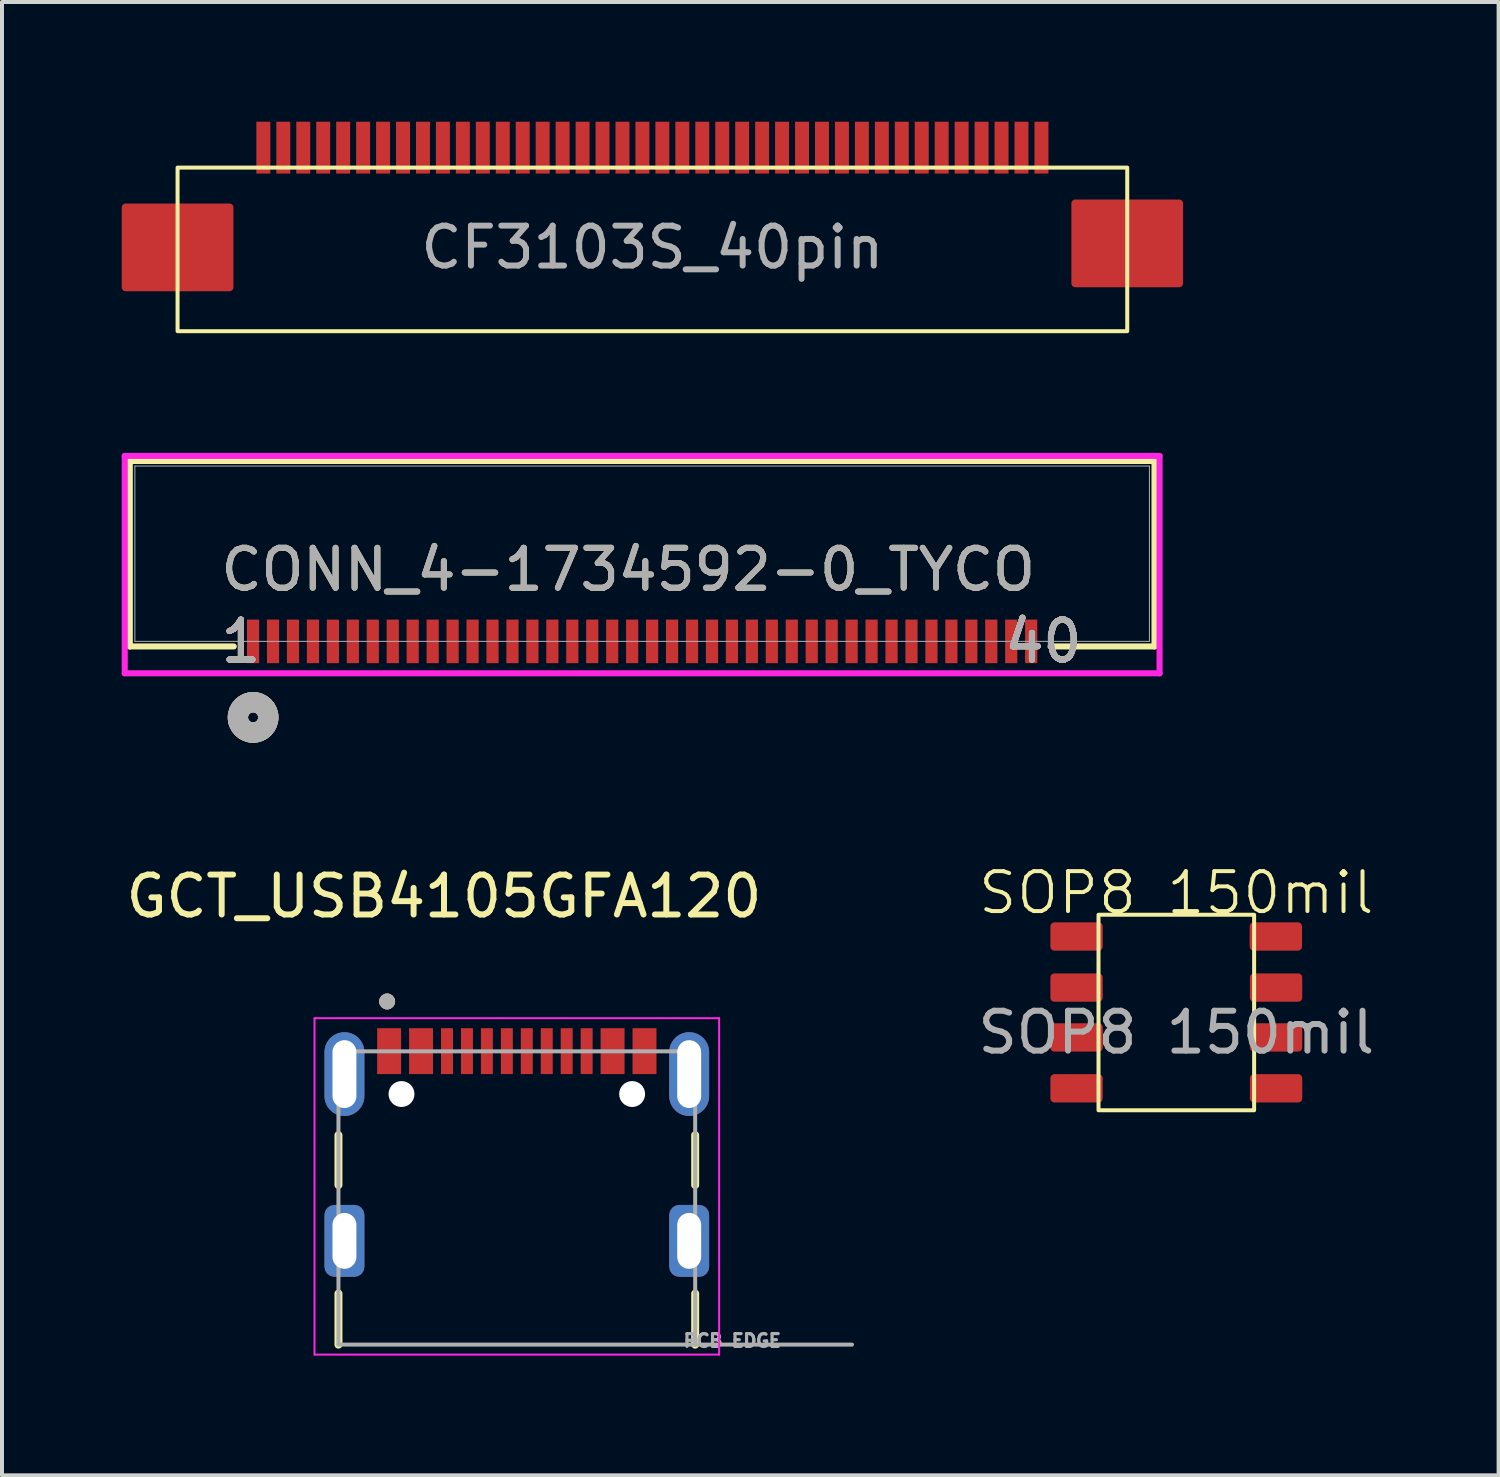
<source format=kicad_pcb>
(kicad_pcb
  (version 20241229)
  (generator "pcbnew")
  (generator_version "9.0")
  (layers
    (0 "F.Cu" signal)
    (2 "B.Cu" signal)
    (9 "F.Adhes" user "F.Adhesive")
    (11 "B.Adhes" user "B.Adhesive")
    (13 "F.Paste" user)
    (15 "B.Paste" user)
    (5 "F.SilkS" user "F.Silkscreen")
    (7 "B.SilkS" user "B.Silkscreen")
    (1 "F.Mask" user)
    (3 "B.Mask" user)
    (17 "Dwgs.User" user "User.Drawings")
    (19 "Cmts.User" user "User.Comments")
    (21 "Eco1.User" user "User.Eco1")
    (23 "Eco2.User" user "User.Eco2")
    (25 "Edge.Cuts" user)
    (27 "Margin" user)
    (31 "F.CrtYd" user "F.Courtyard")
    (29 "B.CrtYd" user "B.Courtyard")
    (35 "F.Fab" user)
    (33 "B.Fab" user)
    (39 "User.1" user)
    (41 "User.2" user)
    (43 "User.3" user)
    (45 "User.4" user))
  (footprint "SOP8 150mil"
    (layer "F.Cu")
    (at 26.43 22.325)
    (property "Reference" "SOP8 150mil" (at 0 -3 0) (unlocked yes) (layer "F.SilkS") (effects (font (size 1 1) (thickness 0.1))))
    (attr smd)
    (fp_rect (start -1.95 2.45) (end 1.95 -2.45) (stroke (width 0.1) (type default)) (fill no) (layer "F.SilkS"))
    (fp_text user "${REFERENCE}" (at 0 0.5 0) (unlocked yes) (layer "F.Fab") (effects (font (size 1 1) (thickness 0.15))))
    (pad "1" smd roundrect (at -2.5 -1.905) (size 1.312 0.71) (layers "F.Cu" "F.Mask" "F.Paste") (roundrect_rratio 0.141))
    (pad "2" smd roundrect (at -2.5 -0.625) (size 1.312 0.71) (layers "F.Cu" "F.Mask" "F.Paste") (roundrect_rratio 0.141))
    (pad "3" smd roundrect (at -2.5 0.625) (size 1.312 0.71) (layers "F.Cu" "F.Mask" "F.Paste") (roundrect_rratio 0.141))
    (pad "4" smd roundrect (at -2.5 1.9) (size 1.312 0.71) (layers "F.Cu" "F.Mask" "F.Paste") (roundrect_rratio 0.141))
    (pad "5" smd roundrect (at 2.5 1.9) (size 1.312 0.71) (layers "F.Cu" "F.Mask" "F.Paste") (roundrect_rratio 0.141))
    (pad "6" smd roundrect (at 2.5 0.625) (size 1.312 0.71) (layers "F.Cu" "F.Mask" "F.Paste") (roundrect_rratio 0.141))
    (pad "7" smd roundrect (at 2.5 -0.625) (size 1.312 0.71) (layers "F.Cu" "F.Mask" "F.Paste") (roundrect_rratio 0.141))
    (pad "8" smd roundrect (at 2.494 -1.905) (size 1.312 0.71) (layers "F.Cu" "F.Mask" "F.Paste") (roundrect_rratio 0.141)))
  (footprint "GCT_USB4105GFA120"
    (layer "F.Cu")
    (at 9.902 28.048)
    (property "Reference" "GCT_USB4105GFA120" (at -1.825 -8.635 0) (layer "F.SilkS") (effects (font (size 1 1) (thickness 0.15))))
    (attr smd)
    (fp_line (start -4.47 -2.65) (end -4.47 -1.4) (stroke (width 0.2) (type solid)) (layer "F.SilkS"))
    (fp_line (start -4.47 1.32) (end -4.47 2.6) (stroke (width 0.2) (type solid)) (layer "F.SilkS"))
    (fp_line (start 4.47 -2.65) (end 4.47 -1.4) (stroke (width 0.2) (type solid)) (layer "F.SilkS"))
    (fp_line (start 4.47 2.6) (end 4.47 1.32) (stroke (width 0.2) (type solid)) (layer "F.SilkS"))
    (fp_circle (center -3.25 -6) (end -3.15 -6) (stroke (width 0.2) (type solid)) (fill no) (layer "F.SilkS"))
    (fp_line (start -5.07 -5.58) (end -5.07 2.85) (stroke (width 0.05) (type solid)) (layer "F.CrtYd"))
    (fp_line (start -5.07 2.85) (end 5.07 2.85) (stroke (width 0.05) (type solid)) (layer "F.CrtYd"))
    (fp_line (start 5.07 -5.58) (end -5.07 -5.58) (stroke (width 0.05) (type solid)) (layer "F.CrtYd"))
    (fp_line (start 5.07 2.85) (end 5.07 -5.58) (stroke (width 0.05) (type solid)) (layer "F.CrtYd"))
    (fp_line (start -4.47 -4.75) (end 4.47 -4.75) (stroke (width 0.1) (type solid)) (layer "F.Fab"))
    (fp_line (start -4.47 2.6) (end -4.47 -4.75) (stroke (width 0.1) (type solid)) (layer "F.Fab"))
    (fp_line (start 4.47 -4.75) (end 4.47 2.6) (stroke (width 0.1) (type solid)) (layer "F.Fab"))
    (fp_line (start 4.47 2.6) (end -4.47 2.6) (stroke (width 0.1) (type solid)) (layer "F.Fab"))
    (fp_line (start 4.47 2.6) (end 8.4 2.6) (stroke (width 0.1) (type solid)) (layer "F.Fab"))
    (fp_circle (center -3.25 -6) (end -3.15 -6) (stroke (width 0.2) (type solid)) (fill no) (layer "F.Fab"))
    (fp_text user "PCB EDGE" (at 5.4 2.5 0) (layer "F.Fab") (effects (font (size 0.32 0.32) (thickness 0.08))))
    (pad "" np_thru_hole circle (at -2.89 -3.68) (size 0.65 0.65) (drill 0.65) (layers "*.Cu" "*.Mask"))
    (pad "" np_thru_hole circle (at 2.89 -3.68) (size 0.65 0.65) (drill 0.65) (layers "*.Cu" "*.Mask"))
    (pad "A1_B12" smd rect (at -3.2 -4.755) (size 0.6 1.15) (layers "F.Cu" "F.Mask" "F.Paste"))
    (pad "A4_B9" smd rect (at -2.4 -4.755) (size 0.6 1.15) (layers "F.Cu" "F.Mask" "F.Paste"))
    (pad "A5" smd rect (at -1.25 -4.755) (size 0.3 1.15) (layers "F.Cu" "F.Mask" "F.Paste"))
    (pad "A6" smd rect (at -0.25 -4.755) (size 0.3 1.15) (layers "F.Cu" "F.Mask" "F.Paste"))
    (pad "A7" smd rect (at 0.25 -4.755) (size 0.3 1.15) (layers "F.Cu" "F.Mask" "F.Paste"))
    (pad "A8" smd rect (at 1.25 -4.755) (size 0.3 1.15) (layers "F.Cu" "F.Mask" "F.Paste"))
    (pad "B1_A12" smd rect (at 3.2 -4.755) (size 0.6 1.15) (layers "F.Cu" "F.Mask" "F.Paste"))
    (pad "B4_A9" smd rect (at 2.4 -4.755) (size 0.6 1.15) (layers "F.Cu" "F.Mask" "F.Paste"))
    (pad "B5" smd rect (at 1.75 -4.755) (size 0.3 1.15) (layers "F.Cu" "F.Mask" "F.Paste"))
    (pad "B6" smd rect (at 0.75 -4.755) (size 0.3 1.15) (layers "F.Cu" "F.Mask" "F.Paste"))
    (pad "B7" smd rect (at -0.75 -4.755) (size 0.3 1.15) (layers "F.Cu" "F.Mask" "F.Paste"))
    (pad "B8" smd rect (at -1.75 -4.755) (size 0.3 1.15) (layers "F.Cu" "F.Mask" "F.Paste"))
    (pad "SH1" thru_hole oval (at -4.32 -4.18) (size 1 2.1) (drill oval 0.6 1.7) (layers "*.Cu" "*.Mask"))
    (pad "SH2" thru_hole oval (at 4.32 -4.18) (size 1 2.1) (drill oval 0.6 1.7) (layers "*.Cu" "*.Mask"))
    (pad "SH3" thru_hole roundrect (at -4.32 0) (size 1 1.8) (drill oval 0.6 1.4) (layers "*.Cu" "*.Mask") (roundrect_rratio 0.25))
    (pad "SH4" thru_hole roundrect (at 4.32 0) (size 1 1.8) (drill oval 0.6 1.4) (layers "*.Cu" "*.Mask") (roundrect_rratio 0.25)))
  (footprint "CONN_4-1734592-0_TYCO"
    (layer "F.Cu")
    (at 12.693 11.224)
    (property "Reference" "CONN_4-1734592-0_TYCO" (at 0 0 0) (unlocked yes) (layer "F.SilkS") (effects (font (size 1 1) (thickness 0.15))))
    (attr smd)
    (fp_line (start -12.49 -2.721) (end -12.49 1.927) (stroke (width 0.152) (type solid)) (layer "F.SilkS"))
    (fp_line (start -12.49 1.927) (end -9.885 1.927) (stroke (width 0.152) (type solid)) (layer "F.SilkS"))
    (fp_line (start 10.585 1.927) (end 13.19 1.927) (stroke (width 0.152) (type solid)) (layer "F.SilkS"))
    (fp_line (start 13.19 -2.721) (end -12.49 -2.721) (stroke (width 0.152) (type solid)) (layer "F.SilkS"))
    (fp_line (start 13.19 1.927) (end 13.19 -2.721) (stroke (width 0.152) (type solid)) (layer "F.SilkS"))
    (fp_circle (center -9.4 3.705) (end -9.019 3.705) (stroke (width 0.508) (type solid)) (fill no) (layer "F.SilkS"))
    (fp_circle (center -9.4 3.705) (end -9.019 3.705) (stroke (width 0.508) (type solid)) (fill no) (layer "B.SilkS"))
    (fp_line (start -12.617 -2.848) (end -12.617 2.6) (stroke (width 0.152) (type solid)) (layer "F.CrtYd"))
    (fp_line (start -12.617 2.6) (end 13.317 2.6) (stroke (width 0.152) (type solid)) (layer "F.CrtYd"))
    (fp_line (start 13.317 -2.848) (end -12.617 -2.848) (stroke (width 0.152) (type solid)) (layer "F.CrtYd"))
    (fp_line (start 13.317 2.6) (end 13.317 -2.848) (stroke (width 0.152) (type solid)) (layer "F.CrtYd"))
    (fp_line (start -12.363 -2.594) (end -12.363 1.8) (stroke (width 0.025) (type solid)) (layer "F.Fab"))
    (fp_line (start -12.363 1.8) (end 13.063 1.8) (stroke (width 0.025) (type solid)) (layer "F.Fab"))
    (fp_line (start 13.063 -2.594) (end -12.363 -2.594) (stroke (width 0.025) (type solid)) (layer "F.Fab"))
    (fp_line (start 13.063 1.8) (end 13.063 -2.594) (stroke (width 0.025) (type solid)) (layer "F.Fab"))
    (fp_circle (center -9.4 3.705) (end -9.019 3.705) (stroke (width 0.508) (type solid)) (fill no) (layer "F.Fab"))
    (fp_text user "1" (at -9.705 1.8 0) (unlocked yes) (layer "F.SilkS") (effects (font (size 1 1) (thickness 0.15))))
    (fp_text user "40" (at 10.405 1.8 0) (unlocked yes) (layer "F.SilkS") (effects (font (size 1 1) (thickness 0.15))))
    (fp_text user "40" (at 10.405 1.8 0) (unlocked yes) (layer "F.SilkS") (effects (font (size 1 1) (thickness 0.15))))
    (fp_text user "1" (at -9.705 1.8 0) (unlocked yes) (layer "F.SilkS") (effects (font (size 1 1) (thickness 0.15))))
    (fp_text user "1" (at -9.705 1.8 0) (unlocked yes) (layer "B.SilkS") (effects (font (size 1 1) (thickness 0.15))))
    (fp_text user "40" (at 10.405 1.8 0) (unlocked yes) (layer "B.SilkS") (effects (font (size 1 1) (thickness 0.15))))
    (fp_text user "40" (at 10.405 1.8 0) (unlocked yes) (layer "B.SilkS") (effects (font (size 1 1) (thickness 0.15))))
    (fp_text user "1" (at -9.705 1.8 0) (unlocked yes) (layer "B.SilkS") (effects (font (size 1 1) (thickness 0.15))))
    (fp_text user "40" (at 10.405 1.8 0) (unlocked yes) (layer "F.Fab") (effects (font (size 1 1) (thickness 0.15))))
    (fp_text user "${REFERENCE}" (at 0 0 0) (unlocked yes) (layer "F.Fab") (effects (font (size 1 1) (thickness 0.15))))
    (fp_text user "1" (at -9.705 1.8 0) (unlocked yes) (layer "F.Fab") (effects (font (size 1 1) (thickness 0.15))))
    (fp_text user "40" (at 10.405 1.8 0) (unlocked yes) (layer "F.Fab") (effects (font (size 1 1) (thickness 0.15))))
    (fp_text user "1" (at -9.705 1.8 0) (unlocked yes) (layer "F.Fab") (effects (font (size 1 1) (thickness 0.15))))
    (pad "1" smd rect (at -9.4 1.8) (size 0.305 1.092) (layers "F.Cu" "F.Mask" "F.Paste"))
    (pad "2" smd rect (at -8.9 1.8) (size 0.305 1.092) (layers "F.Cu" "F.Mask" "F.Paste"))
    (pad "3" smd rect (at -8.4 1.8) (size 0.305 1.092) (layers "F.Cu" "F.Mask" "F.Paste"))
    (pad "4" smd rect (at -7.9 1.8) (size 0.305 1.092) (layers "F.Cu" "F.Mask" "F.Paste"))
    (pad "5" smd rect (at -7.4 1.8) (size 0.305 1.092) (layers "F.Cu" "F.Mask" "F.Paste"))
    (pad "6" smd rect (at -6.9 1.8) (size 0.305 1.092) (layers "F.Cu" "F.Mask" "F.Paste"))
    (pad "7" smd rect (at -6.4 1.8) (size 0.305 1.092) (layers "F.Cu" "F.Mask" "F.Paste"))
    (pad "8" smd rect (at -5.9 1.8) (size 0.305 1.092) (layers "F.Cu" "F.Mask" "F.Paste"))
    (pad "9" smd rect (at -5.4 1.8) (size 0.305 1.092) (layers "F.Cu" "F.Mask" "F.Paste"))
    (pad "10" smd rect (at -4.9 1.8) (size 0.305 1.092) (layers "F.Cu" "F.Mask" "F.Paste"))
    (pad "11" smd rect (at -4.4 1.8) (size 0.305 1.092) (layers "F.Cu" "F.Mask" "F.Paste"))
    (pad "12" smd rect (at -3.9 1.8) (size 0.305 1.092) (layers "F.Cu" "F.Mask" "F.Paste"))
    (pad "13" smd rect (at -3.4 1.8) (size 0.305 1.092) (layers "F.Cu" "F.Mask" "F.Paste"))
    (pad "14" smd rect (at -2.9 1.8) (size 0.305 1.092) (layers "F.Cu" "F.Mask" "F.Paste"))
    (pad "15" smd rect (at -2.4 1.8) (size 0.305 1.092) (layers "F.Cu" "F.Mask" "F.Paste"))
    (pad "16" smd rect (at -1.9 1.8) (size 0.305 1.092) (layers "F.Cu" "F.Mask" "F.Paste"))
    (pad "17" smd rect (at -1.4 1.8) (size 0.305 1.092) (layers "F.Cu" "F.Mask" "F.Paste"))
    (pad "18" smd rect (at -0.9 1.8) (size 0.305 1.092) (layers "F.Cu" "F.Mask" "F.Paste"))
    (pad "19" smd rect (at -0.4 1.8) (size 0.305 1.092) (layers "F.Cu" "F.Mask" "F.Paste"))
    (pad "20" smd rect (at 0.1 1.8) (size 0.305 1.092) (layers "F.Cu" "F.Mask" "F.Paste"))
    (pad "21" smd rect (at 0.6 1.8) (size 0.305 1.092) (layers "F.Cu" "F.Mask" "F.Paste"))
    (pad "22" smd rect (at 1.1 1.8) (size 0.305 1.092) (layers "F.Cu" "F.Mask" "F.Paste"))
    (pad "23" smd rect (at 1.6 1.8) (size 0.305 1.092) (layers "F.Cu" "F.Mask" "F.Paste"))
    (pad "24" smd rect (at 2.1 1.8) (size 0.305 1.092) (layers "F.Cu" "F.Mask" "F.Paste"))
    (pad "25" smd rect (at 2.6 1.8) (size 0.305 1.092) (layers "F.Cu" "F.Mask" "F.Paste"))
    (pad "26" smd rect (at 3.1 1.8) (size 0.305 1.092) (layers "F.Cu" "F.Mask" "F.Paste"))
    (pad "27" smd rect (at 3.6 1.8) (size 0.305 1.092) (layers "F.Cu" "F.Mask" "F.Paste"))
    (pad "28" smd rect (at 4.1 1.8) (size 0.305 1.092) (layers "F.Cu" "F.Mask" "F.Paste"))
    (pad "29" smd rect (at 4.6 1.8) (size 0.305 1.092) (layers "F.Cu" "F.Mask" "F.Paste"))
    (pad "30" smd rect (at 5.1 1.8) (size 0.305 1.092) (layers "F.Cu" "F.Mask" "F.Paste"))
    (pad "31" smd rect (at 5.6 1.8) (size 0.305 1.092) (layers "F.Cu" "F.Mask" "F.Paste"))
    (pad "32" smd rect (at 6.1 1.8) (size 0.305 1.092) (layers "F.Cu" "F.Mask" "F.Paste"))
    (pad "33" smd rect (at 6.6 1.8) (size 0.305 1.092) (layers "F.Cu" "F.Mask" "F.Paste"))
    (pad "34" smd rect (at 7.1 1.8) (size 0.305 1.092) (layers "F.Cu" "F.Mask" "F.Paste"))
    (pad "35" smd rect (at 7.6 1.8) (size 0.305 1.092) (layers "F.Cu" "F.Mask" "F.Paste"))
    (pad "36" smd rect (at 8.1 1.8) (size 0.305 1.092) (layers "F.Cu" "F.Mask" "F.Paste"))
    (pad "37" smd rect (at 8.6 1.8) (size 0.305 1.092) (layers "F.Cu" "F.Mask" "F.Paste"))
    (pad "38" smd rect (at 9.1 1.8) (size 0.305 1.092) (layers "F.Cu" "F.Mask" "F.Paste"))
    (pad "39" smd rect (at 9.6 1.8) (size 0.305 1.092) (layers "F.Cu" "F.Mask" "F.Paste"))
    (pad "40" smd rect (at 10.1 1.8) (size 0.305 1.092) (layers "F.Cu" "F.Mask" "F.Paste")))
  (footprint "CF3103S_40pin"
    (layer "F.Cu")
    (at 13.3 3.15)
    (property "Reference" "CF3103S_40pin" (at 0 0 0) (unlocked yes) (layer "F.SilkS") (effects (font (size 1 1) (thickness 0.1))))
    (attr smd)
    (fp_rect (start -13.2 -1) (end -10.6 1) (stroke (width 0.2) (type solid)) (fill yes) (layer "F.Cu"))
    (fp_rect (start 10.6 -1.1) (end 13.2 0.9) (stroke (width 0.2) (type solid)) (fill yes) (layer "F.Cu"))
    (fp_rect (start 11.9 2.1) (end -11.9 -2) (stroke (width 0.1) (type default)) (fill no) (layer "F.SilkS"))
    (fp_text user "${REFERENCE}" (at 0 0 0) (unlocked yes) (layer "F.Fab") (effects (font (size 1 1) (thickness 0.15))))
    (pad "1" smd rect (at -9.75 -2.5) (size 0.35 1.3) (layers "F.Cu" "F.Mask" "F.Paste"))
    (pad "2" smd rect (at -9.25 -2.5) (size 0.35 1.3) (layers "F.Cu" "F.Mask" "F.Paste"))
    (pad "3" smd rect (at -8.75 -2.5) (size 0.35 1.3) (layers "F.Cu" "F.Mask" "F.Paste"))
    (pad "4" smd rect (at -8.25 -2.5) (size 0.35 1.3) (layers "F.Cu" "F.Mask" "F.Paste"))
    (pad "5" smd rect (at -7.75 -2.5) (size 0.35 1.3) (layers "F.Cu" "F.Mask" "F.Paste"))
    (pad "6" smd rect (at -7.25 -2.5) (size 0.35 1.3) (layers "F.Cu" "F.Mask" "F.Paste"))
    (pad "7" smd rect (at -6.75 -2.5) (size 0.35 1.3) (layers "F.Cu" "F.Mask" "F.Paste"))
    (pad "8" smd rect (at -6.25 -2.5) (size 0.35 1.3) (layers "F.Cu" "F.Mask" "F.Paste"))
    (pad "9" smd rect (at -5.75 -2.5) (size 0.35 1.3) (layers "F.Cu" "F.Mask" "F.Paste"))
    (pad "10" smd rect (at -5.25 -2.5) (size 0.35 1.3) (layers "F.Cu" "F.Mask" "F.Paste"))
    (pad "11" smd rect (at -4.75 -2.5) (size 0.35 1.3) (layers "F.Cu" "F.Mask" "F.Paste"))
    (pad "12" smd rect (at -4.25 -2.5) (size 0.35 1.3) (layers "F.Cu" "F.Mask" "F.Paste"))
    (pad "13" smd rect (at -3.75 -2.5) (size 0.35 1.3) (layers "F.Cu" "F.Mask" "F.Paste"))
    (pad "14" smd rect (at -3.25 -2.5) (size 0.35 1.3) (layers "F.Cu" "F.Mask" "F.Paste"))
    (pad "15" smd rect (at -2.75 -2.5) (size 0.35 1.3) (layers "F.Cu" "F.Mask" "F.Paste"))
    (pad "16" smd rect (at -2.25 -2.5) (size 0.35 1.3) (layers "F.Cu" "F.Mask" "F.Paste"))
    (pad "17" smd rect (at -1.75 -2.5) (size 0.35 1.3) (layers "F.Cu" "F.Mask" "F.Paste"))
    (pad "18" smd rect (at -1.25 -2.5) (size 0.35 1.3) (layers "F.Cu" "F.Mask" "F.Paste"))
    (pad "19" smd rect (at -0.75 -2.5) (size 0.35 1.3) (layers "F.Cu" "F.Mask" "F.Paste"))
    (pad "20" smd rect (at -0.25 -2.5) (size 0.35 1.3) (layers "F.Cu" "F.Mask" "F.Paste"))
    (pad "21" smd rect (at 0.25 -2.5) (size 0.35 1.3) (layers "F.Cu" "F.Mask" "F.Paste"))
    (pad "22" smd rect (at 0.75 -2.5) (size 0.35 1.3) (layers "F.Cu" "F.Mask" "F.Paste"))
    (pad "23" smd rect (at 1.25 -2.5) (size 0.35 1.3) (layers "F.Cu" "F.Mask" "F.Paste"))
    (pad "24" smd rect (at 1.75 -2.5) (size 0.35 1.3) (layers "F.Cu" "F.Mask" "F.Paste"))
    (pad "25" smd rect (at 2.25 -2.5) (size 0.35 1.3) (layers "F.Cu" "F.Mask" "F.Paste"))
    (pad "26" smd rect (at 2.75 -2.5) (size 0.35 1.3) (layers "F.Cu" "F.Mask" "F.Paste"))
    (pad "27" smd rect (at 3.25 -2.5) (size 0.35 1.3) (layers "F.Cu" "F.Mask" "F.Paste"))
    (pad "28" smd rect (at 3.75 -2.5) (size 0.35 1.3) (layers "F.Cu" "F.Mask" "F.Paste"))
    (pad "29" smd rect (at 4.25 -2.5) (size 0.35 1.3) (layers "F.Cu" "F.Mask" "F.Paste"))
    (pad "30" smd rect (at 4.75 -2.5) (size 0.35 1.3) (layers "F.Cu" "F.Mask" "F.Paste"))
    (pad "31" smd rect (at 5.25 -2.5) (size 0.35 1.3) (layers "F.Cu" "F.Mask" "F.Paste"))
    (pad "32" smd rect (at 5.75 -2.5) (size 0.35 1.3) (layers "F.Cu" "F.Mask" "F.Paste"))
    (pad "33" smd rect (at 6.25 -2.5) (size 0.35 1.3) (layers "F.Cu" "F.Mask" "F.Paste"))
    (pad "34" smd rect (at 6.75 -2.5) (size 0.35 1.3) (layers "F.Cu" "F.Mask" "F.Paste"))
    (pad "35" smd rect (at 7.25 -2.5) (size 0.35 1.3) (layers "F.Cu" "F.Mask" "F.Paste"))
    (pad "36" smd rect (at 7.75 -2.5) (size 0.35 1.3) (layers "F.Cu" "F.Mask" "F.Paste"))
    (pad "37" smd rect (at 8.25 -2.5) (size 0.35 1.3) (layers "F.Cu" "F.Mask" "F.Paste"))
    (pad "38" smd rect (at 8.75 -2.5) (size 0.35 1.3) (layers "F.Cu" "F.Mask" "F.Paste"))
    (pad "39" smd rect (at 9.25 -2.5) (size 0.35 1.3) (layers "F.Cu" "F.Mask" "F.Paste"))
    (pad "40" smd rect (at 9.75 -2.5) (size 0.35 1.3) (layers "F.Cu" "F.Mask" "F.Paste")))
  (gr_rect
    (start -3 -3)
    (end 34.507 33.923)
    (stroke (width 0.1) (type default))
    (fill no)
    (layer "Edge.Cuts")))
</source>
